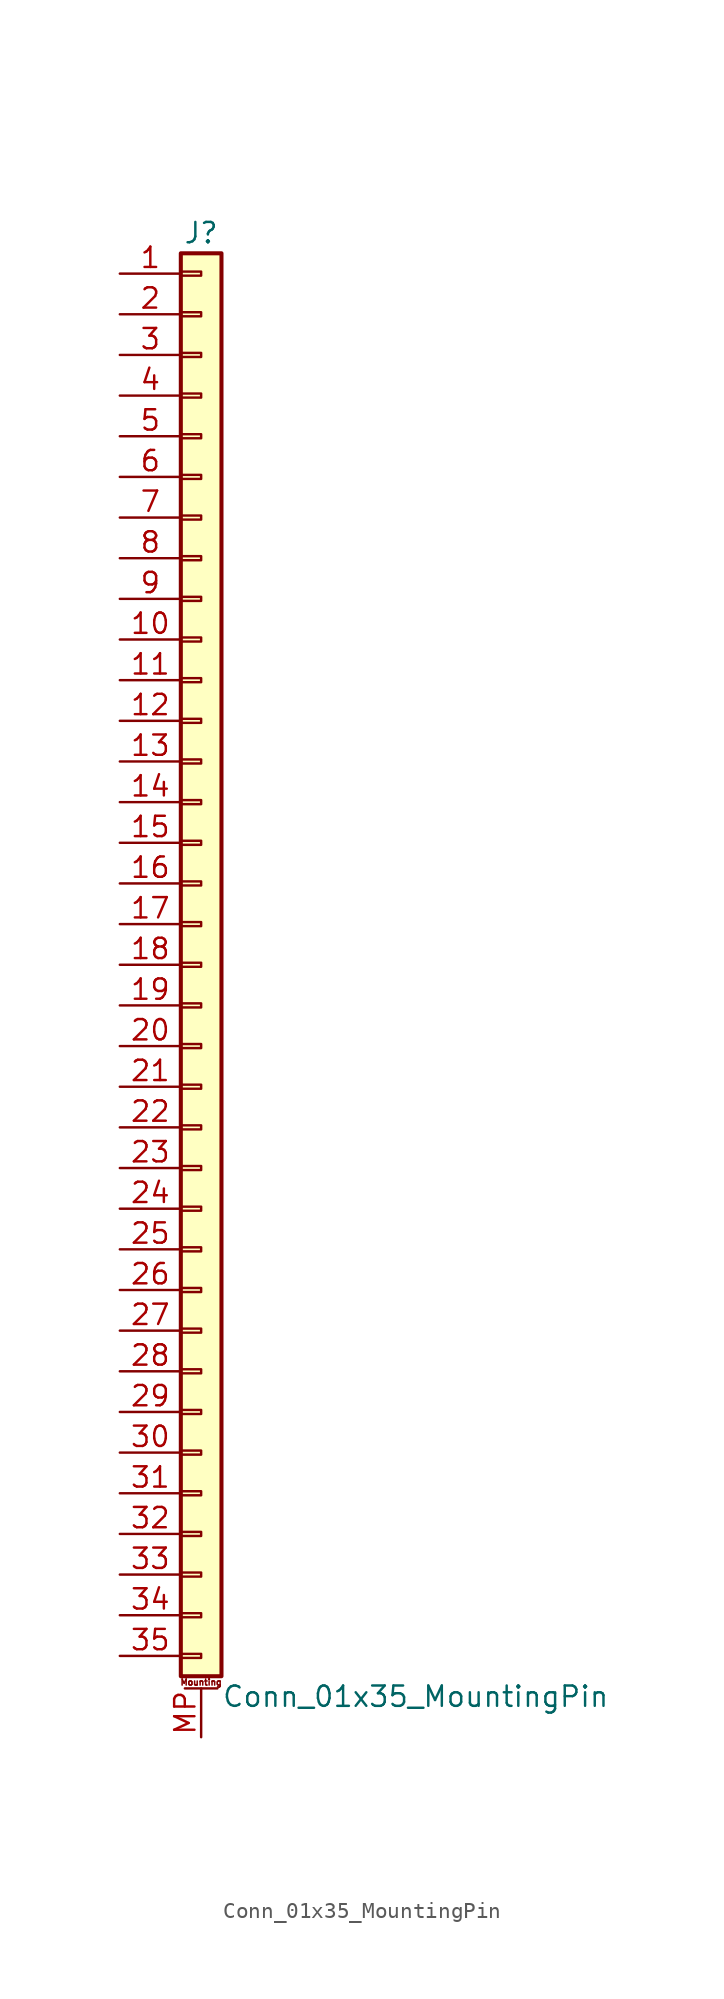
<source format=kicad_sym>
(kicad_symbol_lib
  (version 20201005)
  (generator kicad_symbol_editor)
  (symbol "Conn_01x35_MountingPin"
    (pin_names
      (offset 1.016) hide)
    (property "Reference" "J"
      (at 0 45.72 0)
      (effects (font (size 1.27 1.27))))
    (property "Value" "Conn_01x35_MountingPin"
      (at 1.27 -45.72 0)
      (effects (font (size 1.27 1.27)) (justify left)))
    (symbol "Conn_01x35_MountingPin_1_1"
      (text "Mounting" (at 0 -44.831 0) (effects (font (size 0.381 0.381))))
      (rectangle (start -1.27 -43.053) (end 0 -43.307) (stroke (width 0.152)) (fill (type none)))
      (rectangle (start -1.27 -40.513) (end 0 -40.767) (stroke (width 0.152)) (fill (type none)))
      (rectangle (start -1.27 -37.973) (end 0 -38.227) (stroke (width 0.152)) (fill (type none)))
      (rectangle (start -1.27 -35.433) (end 0 -35.687) (stroke (width 0.152)) (fill (type none)))
      (rectangle (start -1.27 -32.893) (end 0 -33.147) (stroke (width 0.152)) (fill (type none)))
      (rectangle (start -1.27 -30.353) (end 0 -30.607) (stroke (width 0.152)) (fill (type none)))
      (rectangle (start -1.27 -27.813) (end 0 -28.067) (stroke (width 0.152)) (fill (type none)))
      (rectangle (start -1.27 -25.273) (end 0 -25.527) (stroke (width 0.152)) (fill (type none)))
      (rectangle (start -1.27 -22.733) (end 0 -22.987) (stroke (width 0.152)) (fill (type none)))
      (rectangle (start -1.27 -20.193) (end 0 -20.447) (stroke (width 0.152)) (fill (type none)))
      (rectangle (start -1.27 -17.653) (end 0 -17.907) (stroke (width 0.152)) (fill (type none)))
      (rectangle (start -1.27 -15.113) (end 0 -15.367) (stroke (width 0.152)) (fill (type none)))
      (rectangle (start -1.27 -12.573) (end 0 -12.827) (stroke (width 0.152)) (fill (type none)))
      (rectangle (start -1.27 -10.033) (end 0 -10.287) (stroke (width 0.152)) (fill (type none)))
      (rectangle (start -1.27 -7.493) (end 0 -7.747) (stroke (width 0.152)) (fill (type none)))
      (rectangle (start -1.27 -4.953) (end 0 -5.207) (stroke (width 0.152)) (fill (type none)))
      (rectangle (start -1.27 -2.413) (end 0 -2.667) (stroke (width 0.152)) (fill (type none)))
      (rectangle (start -1.27 0.127) (end 0 -0.127) (stroke (width 0.152)) (fill (type none)))
      (rectangle (start -1.27 2.667) (end 0 2.413) (stroke (width 0.152)) (fill (type none)))
      (rectangle (start -1.27 5.207) (end 0 4.953) (stroke (width 0.152)) (fill (type none)))
      (rectangle (start -1.27 7.747) (end 0 7.493) (stroke (width 0.152)) (fill (type none)))
      (rectangle (start -1.27 10.287) (end 0 10.033) (stroke (width 0.152)) (fill (type none)))
      (rectangle (start -1.27 12.827) (end 0 12.573) (stroke (width 0.152)) (fill (type none)))
      (rectangle (start -1.27 15.367) (end 0 15.113) (stroke (width 0.152)) (fill (type none)))
      (rectangle (start -1.27 17.907) (end 0 17.653) (stroke (width 0.152)) (fill (type none)))
      (rectangle (start -1.27 20.447) (end 0 20.193) (stroke (width 0.152)) (fill (type none)))
      (rectangle (start -1.27 22.987) (end 0 22.733) (stroke (width 0.152)) (fill (type none)))
      (rectangle (start -1.27 25.527) (end 0 25.273) (stroke (width 0.152)) (fill (type none)))
      (rectangle (start -1.27 28.067) (end 0 27.813) (stroke (width 0.152)) (fill (type none)))
      (rectangle (start -1.27 30.607) (end 0 30.353) (stroke (width 0.152)) (fill (type none)))
      (rectangle (start -1.27 33.147) (end 0 32.893) (stroke (width 0.152)) (fill (type none)))
      (rectangle (start -1.27 35.687) (end 0 35.433) (stroke (width 0.152)) (fill (type none)))
      (rectangle (start -1.27 38.227) (end 0 37.973) (stroke (width 0.152)) (fill (type none)))
      (rectangle (start -1.27 40.767) (end 0 40.513) (stroke (width 0.152)) (fill (type none)))
      (rectangle (start -1.27 43.307) (end 0 43.053) (stroke (width 0.152)) (fill (type none)))
      (rectangle (start -1.27 44.45) (end 1.27 -44.45) (stroke (width 0.254)) (fill (type background)))
      (polyline (pts (xy -1.016 -45.212) (xy 1.016 -45.212)) (stroke (width 0.152)) (fill (type none)))
      (pin passive line (at -5.08 43.18 0) (length 3.81) (name "Pin_1" (effects (font (size 1.27 1.27)))) (number "1" (effects (font (size 1.27 1.27)))))
      (pin passive line (at -5.08 20.32 0) (length 3.81) (name "Pin_10" (effects (font (size 1.27 1.27)))) (number "10" (effects (font (size 1.27 1.27)))))
      (pin passive line (at -5.08 17.78 0) (length 3.81) (name "Pin_11" (effects (font (size 1.27 1.27)))) (number "11" (effects (font (size 1.27 1.27)))))
      (pin passive line (at -5.08 15.24 0) (length 3.81) (name "Pin_12" (effects (font (size 1.27 1.27)))) (number "12" (effects (font (size 1.27 1.27)))))
      (pin passive line (at -5.08 12.7 0) (length 3.81) (name "Pin_13" (effects (font (size 1.27 1.27)))) (number "13" (effects (font (size 1.27 1.27)))))
      (pin passive line (at -5.08 10.16 0) (length 3.81) (name "Pin_14" (effects (font (size 1.27 1.27)))) (number "14" (effects (font (size 1.27 1.27)))))
      (pin passive line (at -5.08 7.62 0) (length 3.81) (name "Pin_15" (effects (font (size 1.27 1.27)))) (number "15" (effects (font (size 1.27 1.27)))))
      (pin passive line (at -5.08 5.08 0) (length 3.81) (name "Pin_16" (effects (font (size 1.27 1.27)))) (number "16" (effects (font (size 1.27 1.27)))))
      (pin passive line (at -5.08 2.54 0) (length 3.81) (name "Pin_17" (effects (font (size 1.27 1.27)))) (number "17" (effects (font (size 1.27 1.27)))))
      (pin passive line (at -5.08 0 0) (length 3.81) (name "Pin_18" (effects (font (size 1.27 1.27)))) (number "18" (effects (font (size 1.27 1.27)))))
      (pin passive line (at -5.08 -2.54 0) (length 3.81) (name "Pin_19" (effects (font (size 1.27 1.27)))) (number "19" (effects (font (size 1.27 1.27)))))
      (pin passive line (at -5.08 40.64 0) (length 3.81) (name "Pin_2" (effects (font (size 1.27 1.27)))) (number "2" (effects (font (size 1.27 1.27)))))
      (pin passive line (at -5.08 -5.08 0) (length 3.81) (name "Pin_20" (effects (font (size 1.27 1.27)))) (number "20" (effects (font (size 1.27 1.27)))))
      (pin passive line (at -5.08 -7.62 0) (length 3.81) (name "Pin_21" (effects (font (size 1.27 1.27)))) (number "21" (effects (font (size 1.27 1.27)))))
      (pin passive line (at -5.08 -10.16 0) (length 3.81) (name "Pin_22" (effects (font (size 1.27 1.27)))) (number "22" (effects (font (size 1.27 1.27)))))
      (pin passive line (at -5.08 -12.7 0) (length 3.81) (name "Pin_23" (effects (font (size 1.27 1.27)))) (number "23" (effects (font (size 1.27 1.27)))))
      (pin passive line (at -5.08 -15.24 0) (length 3.81) (name "Pin_24" (effects (font (size 1.27 1.27)))) (number "24" (effects (font (size 1.27 1.27)))))
      (pin passive line (at -5.08 -17.78 0) (length 3.81) (name "Pin_25" (effects (font (size 1.27 1.27)))) (number "25" (effects (font (size 1.27 1.27)))))
      (pin passive line (at -5.08 -20.32 0) (length 3.81) (name "Pin_26" (effects (font (size 1.27 1.27)))) (number "26" (effects (font (size 1.27 1.27)))))
      (pin passive line (at -5.08 -22.86 0) (length 3.81) (name "Pin_27" (effects (font (size 1.27 1.27)))) (number "27" (effects (font (size 1.27 1.27)))))
      (pin passive line (at -5.08 -25.4 0) (length 3.81) (name "Pin_28" (effects (font (size 1.27 1.27)))) (number "28" (effects (font (size 1.27 1.27)))))
      (pin passive line (at -5.08 -27.94 0) (length 3.81) (name "Pin_29" (effects (font (size 1.27 1.27)))) (number "29" (effects (font (size 1.27 1.27)))))
      (pin passive line (at -5.08 38.1 0) (length 3.81) (name "Pin_3" (effects (font (size 1.27 1.27)))) (number "3" (effects (font (size 1.27 1.27)))))
      (pin passive line (at -5.08 -30.48 0) (length 3.81) (name "Pin_30" (effects (font (size 1.27 1.27)))) (number "30" (effects (font (size 1.27 1.27)))))
      (pin passive line (at -5.08 -33.02 0) (length 3.81) (name "Pin_31" (effects (font (size 1.27 1.27)))) (number "31" (effects (font (size 1.27 1.27)))))
      (pin passive line (at -5.08 -35.56 0) (length 3.81) (name "Pin_32" (effects (font (size 1.27 1.27)))) (number "32" (effects (font (size 1.27 1.27)))))
      (pin passive line (at -5.08 -38.1 0) (length 3.81) (name "Pin_33" (effects (font (size 1.27 1.27)))) (number "33" (effects (font (size 1.27 1.27)))))
      (pin passive line (at -5.08 -40.64 0) (length 3.81) (name "Pin_34" (effects (font (size 1.27 1.27)))) (number "34" (effects (font (size 1.27 1.27)))))
      (pin passive line (at -5.08 -43.18 0) (length 3.81) (name "Pin_35" (effects (font (size 1.27 1.27)))) (number "35" (effects (font (size 1.27 1.27)))))
      (pin passive line (at -5.08 35.56 0) (length 3.81) (name "Pin_4" (effects (font (size 1.27 1.27)))) (number "4" (effects (font (size 1.27 1.27)))))
      (pin passive line (at -5.08 33.02 0) (length 3.81) (name "Pin_5" (effects (font (size 1.27 1.27)))) (number "5" (effects (font (size 1.27 1.27)))))
      (pin passive line (at -5.08 30.48 0) (length 3.81) (name "Pin_6" (effects (font (size 1.27 1.27)))) (number "6" (effects (font (size 1.27 1.27)))))
      (pin passive line (at -5.08 27.94 0) (length 3.81) (name "Pin_7" (effects (font (size 1.27 1.27)))) (number "7" (effects (font (size 1.27 1.27)))))
      (pin passive line (at -5.08 25.4 0) (length 3.81) (name "Pin_8" (effects (font (size 1.27 1.27)))) (number "8" (effects (font (size 1.27 1.27)))))
      (pin passive line (at -5.08 22.86 0) (length 3.81) (name "Pin_9" (effects (font (size 1.27 1.27)))) (number "9" (effects (font (size 1.27 1.27)))))
      (pin passive line (at 0 -48.26 90) (length 3.048) (name "MountPin" (effects (font (size 1.27 1.27)))) (number "MP" (effects (font (size 1.27 1.27))))))))
</source>
